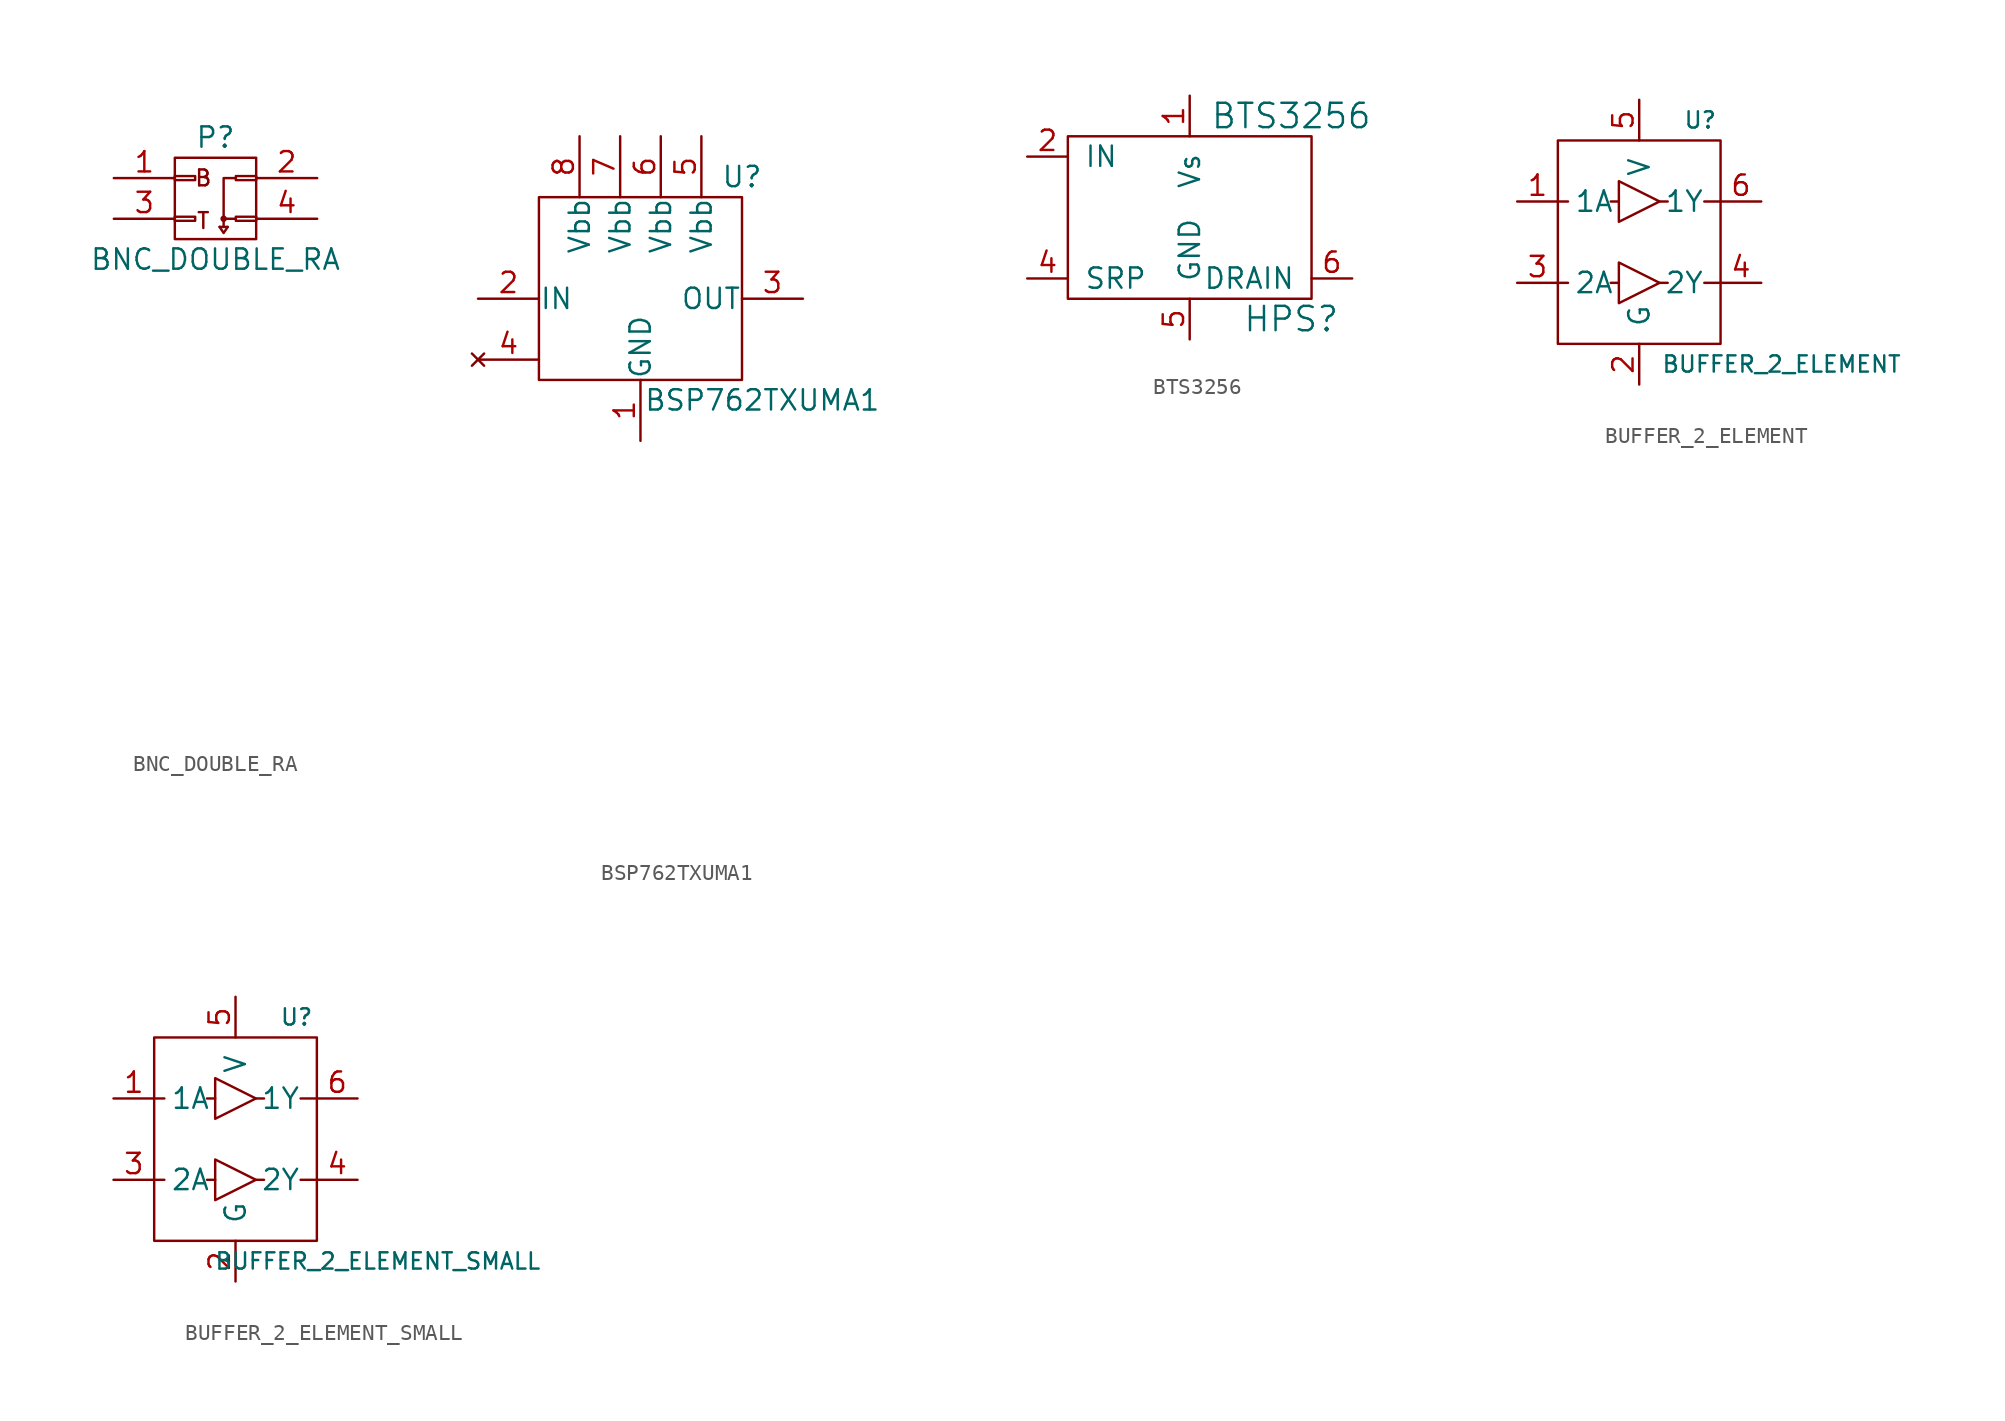
<source format=kicad_sym>
(kicad_symbol_lib
  (version 20211014)
  (generator kicad_symbol_editor)
  (symbol "BNC_DOUBLE_RA"
    (pin_names
      (offset 0.025) hide)
    (property "Reference" "P"
      (at 0 3.81 0)
      (effects (font (size 1.27 1.27))))
    (property "Value" "BNC_DOUBLE_RA"
      (at 0 -3.81 0)
      (effects (font (size 1.27 1.27))))
    (property "Datasheet" ""
      (at 0 -30.48 0)
      (effects (font (size 1.524 1.524))))
    (symbol "BNC_DOUBLE_RA_0_0"
      (text "B" (at -0.762 1.27 0) (effects (font (size 0.991 0.991))))
      (text "T" (at -0.762 -1.397 0) (effects (font (size 0.991 0.991)))))
    (symbol "BNC_DOUBLE_RA_0_1"
      (rectangle (start -2.54 -1.143) (end -1.27 -1.397) (stroke (width 0) (type default) (color 0 0 0 0)) (fill (type none)))
      (rectangle (start -2.54 1.397) (end -1.27 1.143) (stroke (width 0) (type default) (color 0 0 0 0)) (fill (type none)))
      (rectangle (start -2.54 2.54) (end 2.54 -2.54) (stroke (width 0) (type default) (color 0 0 0 0)) (fill (type none)))
      (polyline (pts (xy 0.254 -1.778) (xy 0.762 -1.778)) (stroke (width 0) (type default) (color 0 0 0 0)) (fill (type none)))
      (polyline (pts (xy 1.27 -1.27) (xy 0.508 -1.27)) (stroke (width 0) (type default) (color 0 0 0 0)) (fill (type none)))
      (polyline (pts (xy 0.254 -1.778) (xy 0.508 -2.159) (xy 0.762 -1.778)) (stroke (width 0) (type default) (color 0 0 0 0)) (fill (type none)))
      (polyline (pts (xy 0.508 -1.778) (xy 0.508 1.27) (xy 1.27 1.27)) (stroke (width 0) (type default) (color 0 0 0 0)) (fill (type none)))
      (circle (center 0.508 -1.27) (radius 0.127) (stroke (width 0) (type default) (color 0 0 0 0)) (fill (type none)))
      (rectangle (start 1.27 -1.143) (end 2.54 -1.397) (stroke (width 0) (type default) (color 0 0 0 0)) (fill (type none)))
      (rectangle (start 1.27 1.397) (end 2.54 1.143) (stroke (width 0) (type default) (color 0 0 0 0)) (fill (type none))))
    (symbol "BNC_DOUBLE_RA_1_1"
      (pin passive line (at -6.35 1.27 0) (length 3.81) (name "P1" (effects (font (size 1.27 1.27)))) (number "1" (effects (font (size 1.27 1.27)))))
      (pin power_in line (at 6.35 1.27 180) (length 3.81) (name "P2" (effects (font (size 1.27 1.27)))) (number "2" (effects (font (size 1.27 1.27)))))
      (pin passive line (at -6.35 -1.27 0) (length 3.81) (name "P3" (effects (font (size 1.27 1.27)))) (number "3" (effects (font (size 1.27 1.27)))))
      (pin power_in line (at 6.35 -1.27 180) (length 3.81) (name "P4" (effects (font (size 1.27 1.27)))) (number "4" (effects (font (size 1.27 1.27)))))))
  (symbol "BSP762TXUMA1"
    (pin_names
      (offset 0.025))
    (property "Reference" "U"
      (at 6.35 7.62 0)
      (effects (font (size 1.27 1.27))))
    (property "Value" "BSP762TXUMA1"
      (at 7.62 -6.35 0)
      (effects (font (size 1.27 1.27))))
    (property "Datasheet" ""
      (at 0 -30.48 0)
      (effects (font (size 1.524 1.524))))
    (symbol "BSP762TXUMA1_0_1"
      (rectangle (start -6.35 6.35) (end 6.35 -5.08) (stroke (width 0) (type default) (color 0 0 0 0)) (fill (type none))))
    (symbol "BSP762TXUMA1_1_1"
      (pin power_in line (at 0 -8.89 90) (length 3.81) (name "GND" (effects (font (size 1.27 1.27)))) (number "1" (effects (font (size 1.27 1.27)))))
      (pin input line (at -10.16 0 0) (length 3.81) (name "IN" (effects (font (size 1.27 1.27)))) (number "2" (effects (font (size 1.27 1.27)))))
      (pin power_out line (at 10.16 0 180) (length 3.81) (name "OUT" (effects (font (size 1.27 1.27)))) (number "3" (effects (font (size 1.27 1.27)))))
      (pin no_connect line (at -10.16 -3.81 0) (length 3.81) (name "~" (effects (font (size 1.27 1.27)))) (number "4" (effects (font (size 1.27 1.27)))))
      (pin power_in line (at 3.81 10.16 270) (length 3.81) (name "Vbb" (effects (font (size 1.27 1.27)))) (number "5" (effects (font (size 1.27 1.27)))))
      (pin power_in line (at 1.27 10.16 270) (length 3.81) (name "Vbb" (effects (font (size 1.27 1.27)))) (number "6" (effects (font (size 1.27 1.27)))))
      (pin power_in line (at -1.27 10.16 270) (length 3.81) (name "Vbb" (effects (font (size 1.27 1.27)))) (number "7" (effects (font (size 1.27 1.27)))))
      (pin power_in line (at -3.81 10.16 270) (length 3.81) (name "Vbb" (effects (font (size 1.27 1.27)))) (number "8" (effects (font (size 1.27 1.27)))))))
  (symbol "BTS3256"
    (pin_names
      (offset 1.016))
    (property "Reference" "HPS"
      (at 6.35 -6.35 0)
      (effects (font (size 1.524 1.524))))
    (property "Value" "BTS3256"
      (at 6.35 6.35 0)
      (effects (font (size 1.524 1.524))))
    (symbol "BTS3256_0_1"
      (rectangle (start -7.62 5.08) (end 7.62 -5.08) (stroke (width 0) (type default) (color 0 0 0 0)) (fill (type none))))
    (symbol "BTS3256_1_1"
      (pin power_in line (at 0 7.62 270) (length 2.54) (name "Vs" (effects (font (size 1.27 1.27)))) (number "1" (effects (font (size 1.27 1.27)))))
      (pin bidirectional line (at -10.16 3.81 0) (length 2.54) (name "IN" (effects (font (size 1.27 1.27)))) (number "2" (effects (font (size 1.27 1.27)))))
      (pin bidirectional line (at -10.16 -3.81 0) (length 2.54) (name "SRP" (effects (font (size 1.27 1.27)))) (number "4" (effects (font (size 1.27 1.27)))))
      (pin power_in line (at 0 -7.62 90) (length 2.54) (name "GND" (effects (font (size 1.27 1.27)))) (number "5" (effects (font (size 1.27 1.27)))))
      (pin power_in line (at 10.16 -3.81 180) (length 2.54) (name "DRAIN" (effects (font (size 1.27 1.27)))) (number "6" (effects (font (size 1.27 1.27)))))))
  (symbol "BUFFER_2_ELEMENT"
    (pin_names
      (offset 1.016))
    (property "Reference" "U"
      (at 3.81 7.62 0)
      (effects (font (size 1.016 1.016))))
    (property "Value" "BUFFER_2_ELEMENT"
      (at 8.89 -7.62 0)
      (effects (font (size 1.016 1.016))))
    (symbol "BUFFER_2_ELEMENT_0_1"
      (rectangle (start -5.08 6.35) (end 5.08 -6.35) (stroke (width 0) (type default) (color 0 0 0 0)) (fill (type none)))
      (polyline (pts (xy -5.08 -2.54) (xy -4.445 -2.54)) (stroke (width 0) (type default) (color 0 0 0 0)) (fill (type none)))
      (polyline (pts (xy -5.08 2.54) (xy -4.445 2.54)) (stroke (width 0) (type default) (color 0 0 0 0)) (fill (type none)))
      (polyline (pts (xy -1.27 -2.54) (xy -1.778 -2.54)) (stroke (width 0) (type default) (color 0 0 0 0)) (fill (type none)))
      (polyline (pts (xy -1.27 2.54) (xy -1.778 2.54)) (stroke (width 0) (type default) (color 0 0 0 0)) (fill (type none)))
      (polyline (pts (xy 1.27 -2.54) (xy 1.778 -2.54)) (stroke (width 0) (type default) (color 0 0 0 0)) (fill (type none)))
      (polyline (pts (xy 1.27 2.54) (xy 1.778 2.54)) (stroke (width 0) (type default) (color 0 0 0 0)) (fill (type none)))
      (polyline (pts (xy 4.064 -2.54) (xy 5.08 -2.54)) (stroke (width 0) (type default) (color 0 0 0 0)) (fill (type none)))
      (polyline (pts (xy 4.064 2.54) (xy 5.08 2.54)) (stroke (width 0) (type default) (color 0 0 0 0)) (fill (type none)))
      (polyline (pts (xy -1.27 -1.27) (xy -1.27 -3.81) (xy 1.27 -2.54) (xy -1.27 -1.27)) (stroke (width 0) (type default) (color 0 0 0 0)) (fill (type none)))
      (polyline (pts (xy -1.27 3.81) (xy -1.27 1.27) (xy 1.27 2.54) (xy -1.27 3.81)) (stroke (width 0) (type default) (color 0 0 0 0)) (fill (type none))))
    (symbol "BUFFER_2_ELEMENT_1_1"
      (pin input line (at -7.62 2.54 0) (length 2.54) (name "1A" (effects (font (size 1.27 1.27)))) (number "1" (effects (font (size 1.27 1.27)))))
      (pin power_in line (at 0 -8.89 90) (length 2.54) (name "G" (effects (font (size 1.27 1.27)))) (number "2" (effects (font (size 1.27 1.27)))))
      (pin input line (at -7.62 -2.54 0) (length 2.54) (name "2A" (effects (font (size 1.27 1.27)))) (number "3" (effects (font (size 1.27 1.27)))))
      (pin output line (at 7.62 -2.54 180) (length 2.54) (name "2Y" (effects (font (size 1.27 1.27)))) (number "4" (effects (font (size 1.27 1.27)))))
      (pin power_in line (at 0 8.89 270) (length 2.54) (name "V" (effects (font (size 1.27 1.27)))) (number "5" (effects (font (size 1.27 1.27)))))
      (pin output line (at 7.62 2.54 180) (length 2.54) (name "1Y" (effects (font (size 1.27 1.27)))) (number "6" (effects (font (size 1.27 1.27)))))))
  (symbol "BUFFER_2_ELEMENT_SMALL"
    (pin_names
      (offset 1.016))
    (property "Reference" "U"
      (at 3.81 7.62 0)
      (effects (font (size 1.016 1.016))))
    (property "Value" "BUFFER_2_ELEMENT_SMALL"
      (at 8.89 -7.62 0)
      (effects (font (size 1.016 1.016))))
    (symbol "BUFFER_2_ELEMENT_SMALL_0_1"
      (rectangle (start -5.08 6.35) (end 5.08 -6.35) (stroke (width 0) (type default) (color 0 0 0 0)) (fill (type none)))
      (polyline (pts (xy -5.08 -2.54) (xy -4.445 -2.54)) (stroke (width 0) (type default) (color 0 0 0 0)) (fill (type none)))
      (polyline (pts (xy -5.08 2.54) (xy -4.445 2.54)) (stroke (width 0) (type default) (color 0 0 0 0)) (fill (type none)))
      (polyline (pts (xy -1.27 -2.54) (xy -1.778 -2.54)) (stroke (width 0) (type default) (color 0 0 0 0)) (fill (type none)))
      (polyline (pts (xy -1.27 2.54) (xy -1.778 2.54)) (stroke (width 0) (type default) (color 0 0 0 0)) (fill (type none)))
      (polyline (pts (xy 1.27 -2.54) (xy 1.778 -2.54)) (stroke (width 0) (type default) (color 0 0 0 0)) (fill (type none)))
      (polyline (pts (xy 1.27 2.54) (xy 1.778 2.54)) (stroke (width 0) (type default) (color 0 0 0 0)) (fill (type none)))
      (polyline (pts (xy 4.064 -2.54) (xy 5.08 -2.54)) (stroke (width 0) (type default) (color 0 0 0 0)) (fill (type none)))
      (polyline (pts (xy 4.064 2.54) (xy 5.08 2.54)) (stroke (width 0) (type default) (color 0 0 0 0)) (fill (type none)))
      (polyline (pts (xy -1.27 -1.27) (xy -1.27 -3.81) (xy 1.27 -2.54) (xy -1.27 -1.27)) (stroke (width 0) (type default) (color 0 0 0 0)) (fill (type none)))
      (polyline (pts (xy -1.27 3.81) (xy -1.27 1.27) (xy 1.27 2.54) (xy -1.27 3.81)) (stroke (width 0) (type default) (color 0 0 0 0)) (fill (type none))))
    (symbol "BUFFER_2_ELEMENT_SMALL_1_1"
      (pin input line (at -7.62 2.54 0) (length 2.54) (name "1A" (effects (font (size 1.27 1.27)))) (number "1" (effects (font (size 1.27 1.27)))))
      (pin power_in line (at 0 -8.89 90) (length 2.54) (name "G" (effects (font (size 1.27 1.27)))) (number "2" (effects (font (size 1.27 1.27)))))
      (pin input line (at -7.62 -2.54 0) (length 2.54) (name "2A" (effects (font (size 1.27 1.27)))) (number "3" (effects (font (size 1.27 1.27)))))
      (pin output line (at 7.62 -2.54 180) (length 2.54) (name "2Y" (effects (font (size 1.27 1.27)))) (number "4" (effects (font (size 1.27 1.27)))))
      (pin power_in line (at 0 8.89 270) (length 2.54) (name "V" (effects (font (size 1.27 1.27)))) (number "5" (effects (font (size 1.27 1.27)))))
      (pin output line (at 7.62 2.54 180) (length 2.54) (name "1Y" (effects (font (size 1.27 1.27)))) (number "6" (effects (font (size 1.27 1.27))))))))
</source>
